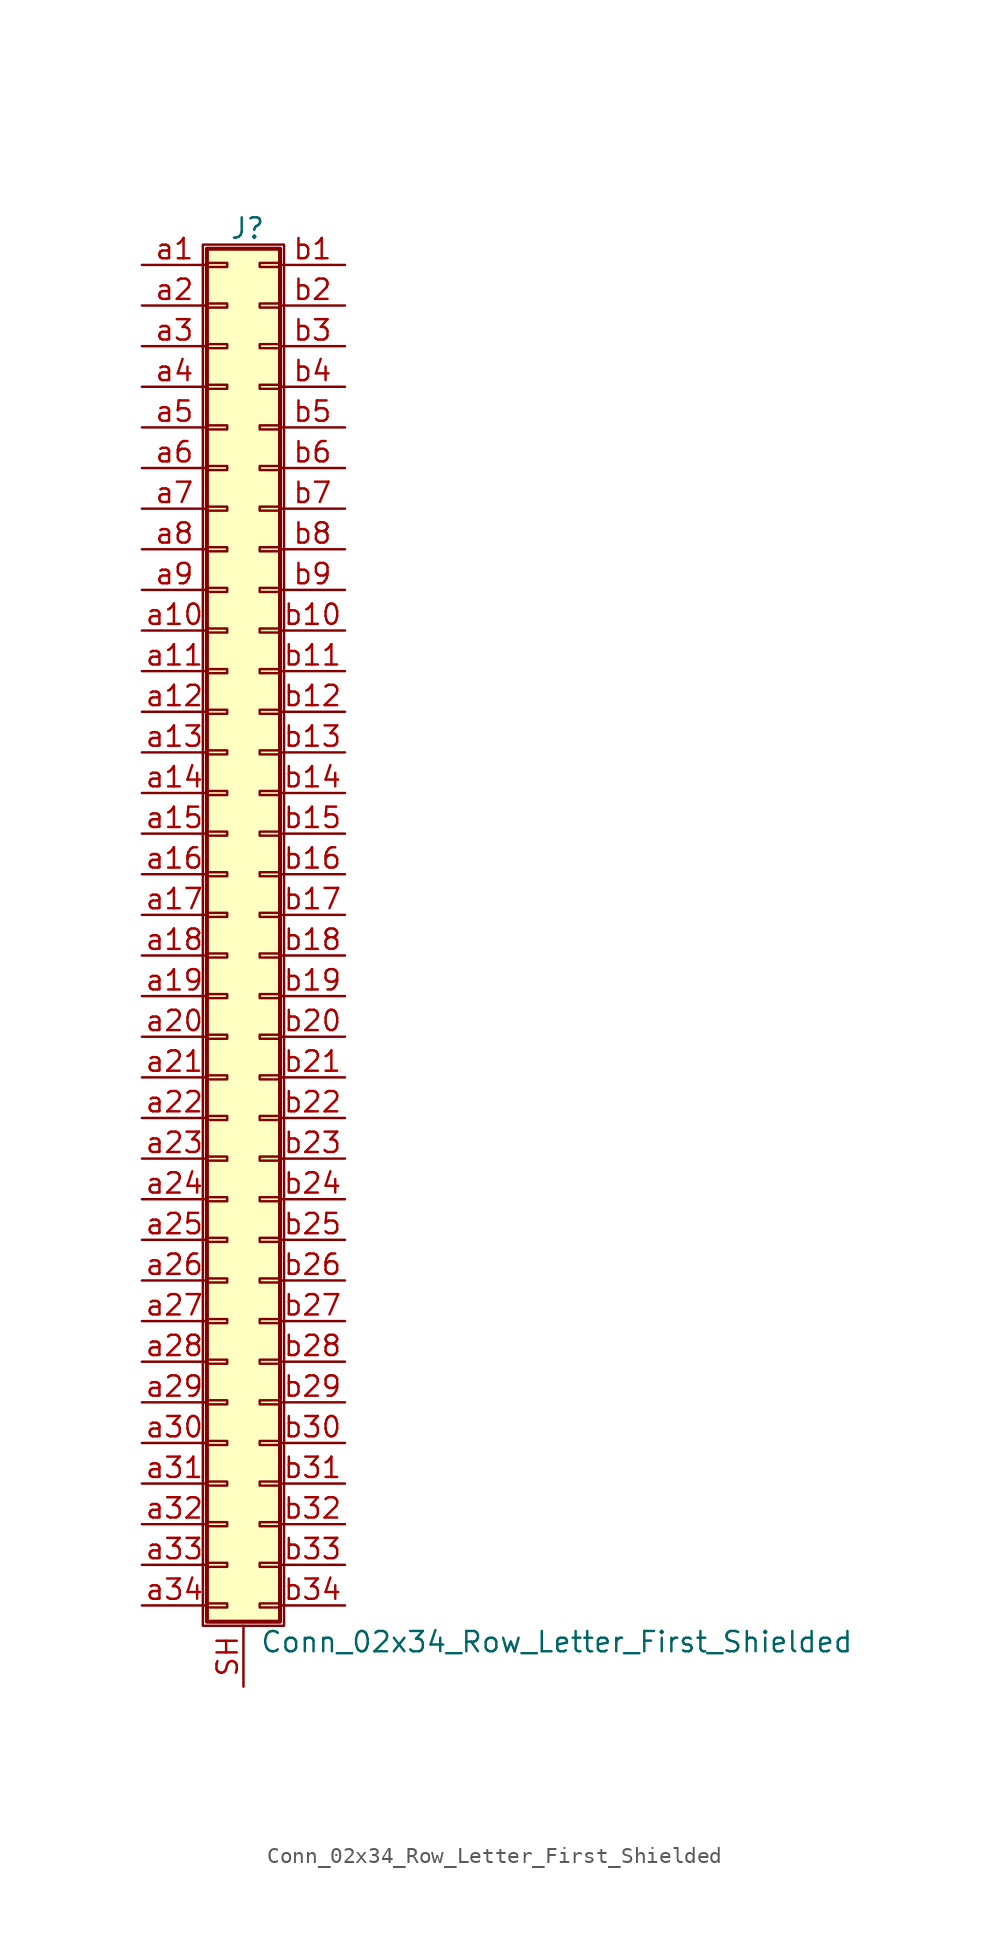
<source format=kicad_sym>
(kicad_symbol_lib
  (version 20201005)
  (generator kicad_symbol_editor)
  (symbol "Connector_Generic_Shielded:Conn_02x34_Row_Letter_First_Shielded"
    (pin_names
      (offset 1.016) hide)
    (property "Reference" "J"
      (at 1.524 42.926 0)
      (effects (font (size 1.27 1.27))))
    (property "Value" "Conn_02x34_Row_Letter_First_Shielded"
      (at 2.286 -45.466 0)
      (effects (font (size 1.27 1.27)) (justify left)))
    (symbol "Conn_02x34_Row_Letter_First_Shielded_1_1"
      (rectangle (start -1.016 -27.813) (end 0.254 -28.067) (stroke (width 0.152)) (fill (type none)))
      (rectangle (start -1.016 -30.353) (end 0.254 -30.607) (stroke (width 0.152)) (fill (type none)))
      (rectangle (start -1.016 -32.893) (end 0.254 -33.147) (stroke (width 0.152)) (fill (type none)))
      (rectangle (start -1.016 -35.433) (end 0.254 -35.687) (stroke (width 0.152)) (fill (type none)))
      (rectangle (start -1.016 -37.973) (end 0.254 -38.227) (stroke (width 0.152)) (fill (type none)))
      (rectangle (start -1.016 -40.513) (end 0.254 -40.767) (stroke (width 0.152)) (fill (type none)))
      (rectangle (start -1.016 -43.053) (end 0.254 -43.307) (stroke (width 0.152)) (fill (type none)))
      (rectangle (start -1.016 -4.953) (end 0.254 -5.207) (stroke (width 0.152)) (fill (type none)))
      (rectangle (start -1.016 -7.493) (end 0.254 -7.747) (stroke (width 0.152)) (fill (type none)))
      (rectangle (start -1.016 -10.033) (end 0.254 -10.287) (stroke (width 0.152)) (fill (type none)))
      (rectangle (start -1.016 -12.573) (end 0.254 -12.827) (stroke (width 0.152)) (fill (type none)))
      (rectangle (start -1.016 -15.113) (end 0.254 -15.367) (stroke (width 0.152)) (fill (type none)))
      (rectangle (start -1.016 -17.653) (end 0.254 -17.907) (stroke (width 0.152)) (fill (type none)))
      (rectangle (start -1.016 -20.193) (end 0.254 -20.447) (stroke (width 0.152)) (fill (type none)))
      (rectangle (start -1.016 -22.733) (end 0.254 -22.987) (stroke (width 0.152)) (fill (type none)))
      (rectangle (start -1.016 -2.413) (end 0.254 -2.667) (stroke (width 0.152)) (fill (type none)))
      (rectangle (start -1.016 -25.273) (end 0.254 -25.527) (stroke (width 0.152)) (fill (type none)))
      (rectangle (start -1.016 25.527) (end 0.254 25.273) (stroke (width 0.152)) (fill (type none)))
      (rectangle (start -1.016 2.667) (end 0.254 2.413) (stroke (width 0.152)) (fill (type none)))
      (rectangle (start -1.016 28.067) (end 0.254 27.813) (stroke (width 0.152)) (fill (type none)))
      (rectangle (start -1.016 30.607) (end 0.254 30.353) (stroke (width 0.152)) (fill (type none)))
      (rectangle (start -1.016 33.147) (end 0.254 32.893) (stroke (width 0.152)) (fill (type none)))
      (rectangle (start -1.016 35.687) (end 0.254 35.433) (stroke (width 0.152)) (fill (type none)))
      (rectangle (start -1.016 38.227) (end 0.254 37.973) (stroke (width 0.152)) (fill (type none)))
      (rectangle (start -1.016 40.767) (end 0.254 40.513) (stroke (width 0.152)) (fill (type none)))
      (rectangle (start -1.016 41.656) (end 3.556 -44.196) (stroke (width 0.254)) (fill (type background)))
      (rectangle (start -1.016 5.207) (end 0.254 4.953) (stroke (width 0.152)) (fill (type none)))
      (rectangle (start -1.016 7.747) (end 0.254 7.493) (stroke (width 0.152)) (fill (type none)))
      (rectangle (start -1.016 10.287) (end 0.254 10.033) (stroke (width 0.152)) (fill (type none)))
      (rectangle (start -1.016 0.127) (end 0.254 -0.127) (stroke (width 0.152)) (fill (type none)))
      (rectangle (start -1.016 12.827) (end 0.254 12.573) (stroke (width 0.152)) (fill (type none)))
      (rectangle (start -1.016 15.367) (end 0.254 15.113) (stroke (width 0.152)) (fill (type none)))
      (rectangle (start -1.016 17.907) (end 0.254 17.653) (stroke (width 0.152)) (fill (type none)))
      (rectangle (start -1.016 20.447) (end 0.254 20.193) (stroke (width 0.152)) (fill (type none)))
      (rectangle (start -1.016 22.987) (end 0.254 22.733) (stroke (width 0.152)) (fill (type none)))
      (rectangle (start -1.27 41.91) (end 3.81 -44.45) (stroke (width 0.152)) (fill (type none)))
      (rectangle (start 3.556 -27.813) (end 2.286 -28.067) (stroke (width 0.152)) (fill (type none)))
      (rectangle (start 3.556 -30.353) (end 2.286 -30.607) (stroke (width 0.152)) (fill (type none)))
      (rectangle (start 3.556 -32.893) (end 2.286 -33.147) (stroke (width 0.152)) (fill (type none)))
      (rectangle (start 3.556 -35.433) (end 2.286 -35.687) (stroke (width 0.152)) (fill (type none)))
      (rectangle (start 3.556 -37.973) (end 2.286 -38.227) (stroke (width 0.152)) (fill (type none)))
      (rectangle (start 3.556 -40.513) (end 2.286 -40.767) (stroke (width 0.152)) (fill (type none)))
      (rectangle (start 3.556 -43.053) (end 2.286 -43.307) (stroke (width 0.152)) (fill (type none)))
      (rectangle (start 3.556 -4.953) (end 2.286 -5.207) (stroke (width 0.152)) (fill (type none)))
      (rectangle (start 3.556 -7.493) (end 2.286 -7.747) (stroke (width 0.152)) (fill (type none)))
      (rectangle (start 3.556 -10.033) (end 2.286 -10.287) (stroke (width 0.152)) (fill (type none)))
      (rectangle (start 3.556 -12.573) (end 2.286 -12.827) (stroke (width 0.152)) (fill (type none)))
      (rectangle (start 3.556 -15.113) (end 2.286 -15.367) (stroke (width 0.152)) (fill (type none)))
      (rectangle (start 3.556 -17.653) (end 2.286 -17.907) (stroke (width 0.152)) (fill (type none)))
      (rectangle (start 3.556 -20.193) (end 2.286 -20.447) (stroke (width 0.152)) (fill (type none)))
      (rectangle (start 3.556 -22.733) (end 2.286 -22.987) (stroke (width 0.152)) (fill (type none)))
      (rectangle (start 3.556 -2.413) (end 2.286 -2.667) (stroke (width 0.152)) (fill (type none)))
      (rectangle (start 3.556 -25.273) (end 2.286 -25.527) (stroke (width 0.152)) (fill (type none)))
      (rectangle (start 3.556 25.527) (end 2.286 25.273) (stroke (width 0.152)) (fill (type none)))
      (rectangle (start 3.556 2.667) (end 2.286 2.413) (stroke (width 0.152)) (fill (type none)))
      (rectangle (start 3.556 28.067) (end 2.286 27.813) (stroke (width 0.152)) (fill (type none)))
      (rectangle (start 3.556 30.607) (end 2.286 30.353) (stroke (width 0.152)) (fill (type none)))
      (rectangle (start 3.556 33.147) (end 2.286 32.893) (stroke (width 0.152)) (fill (type none)))
      (rectangle (start 3.556 35.687) (end 2.286 35.433) (stroke (width 0.152)) (fill (type none)))
      (rectangle (start 3.556 38.227) (end 2.286 37.973) (stroke (width 0.152)) (fill (type none)))
      (rectangle (start 3.556 40.767) (end 2.286 40.513) (stroke (width 0.152)) (fill (type none)))
      (rectangle (start 3.556 5.207) (end 2.286 4.953) (stroke (width 0.152)) (fill (type none)))
      (rectangle (start 3.556 7.747) (end 2.286 7.493) (stroke (width 0.152)) (fill (type none)))
      (rectangle (start 3.556 10.287) (end 2.286 10.033) (stroke (width 0.152)) (fill (type none)))
      (rectangle (start 3.556 0.127) (end 2.286 -0.127) (stroke (width 0.152)) (fill (type none)))
      (rectangle (start 3.556 12.827) (end 2.286 12.573) (stroke (width 0.152)) (fill (type none)))
      (rectangle (start 3.556 15.367) (end 2.286 15.113) (stroke (width 0.152)) (fill (type none)))
      (rectangle (start 3.556 17.907) (end 2.286 17.653) (stroke (width 0.152)) (fill (type none)))
      (rectangle (start 3.556 20.447) (end 2.286 20.193) (stroke (width 0.152)) (fill (type none)))
      (rectangle (start 3.556 22.987) (end 2.286 22.733) (stroke (width 0.152)) (fill (type none)))
      (pin passive line (at -5.08 40.64 0) (length 4.064) (name "Pin_a1" (effects (font (size 1.27 1.27)))) (number "a1" (effects (font (size 1.27 1.27)))))
      (pin passive line (at -5.08 17.78 0) (length 4.064) (name "Pin_a10" (effects (font (size 1.27 1.27)))) (number "a10" (effects (font (size 1.27 1.27)))))
      (pin passive line (at -5.08 15.24 0) (length 4.064) (name "Pin_a11" (effects (font (size 1.27 1.27)))) (number "a11" (effects (font (size 1.27 1.27)))))
      (pin passive line (at -5.08 12.7 0) (length 4.064) (name "Pin_a12" (effects (font (size 1.27 1.27)))) (number "a12" (effects (font (size 1.27 1.27)))))
      (pin passive line (at -5.08 10.16 0) (length 4.064) (name "Pin_a13" (effects (font (size 1.27 1.27)))) (number "a13" (effects (font (size 1.27 1.27)))))
      (pin passive line (at -5.08 7.62 0) (length 4.064) (name "Pin_a14" (effects (font (size 1.27 1.27)))) (number "a14" (effects (font (size 1.27 1.27)))))
      (pin passive line (at -5.08 5.08 0) (length 4.064) (name "Pin_a15" (effects (font (size 1.27 1.27)))) (number "a15" (effects (font (size 1.27 1.27)))))
      (pin passive line (at -5.08 2.54 0) (length 4.064) (name "Pin_a16" (effects (font (size 1.27 1.27)))) (number "a16" (effects (font (size 1.27 1.27)))))
      (pin passive line (at -5.08 0 0) (length 4.064) (name "Pin_a17" (effects (font (size 1.27 1.27)))) (number "a17" (effects (font (size 1.27 1.27)))))
      (pin passive line (at -5.08 -2.54 0) (length 4.064) (name "Pin_a18" (effects (font (size 1.27 1.27)))) (number "a18" (effects (font (size 1.27 1.27)))))
      (pin passive line (at -5.08 -5.08 0) (length 4.064) (name "Pin_a19" (effects (font (size 1.27 1.27)))) (number "a19" (effects (font (size 1.27 1.27)))))
      (pin passive line (at -5.08 38.1 0) (length 4.064) (name "Pin_a2" (effects (font (size 1.27 1.27)))) (number "a2" (effects (font (size 1.27 1.27)))))
      (pin passive line (at -5.08 -7.62 0) (length 4.064) (name "Pin_a20" (effects (font (size 1.27 1.27)))) (number "a20" (effects (font (size 1.27 1.27)))))
      (pin passive line (at -5.08 -10.16 0) (length 4.064) (name "Pin_a21" (effects (font (size 1.27 1.27)))) (number "a21" (effects (font (size 1.27 1.27)))))
      (pin passive line (at -5.08 -12.7 0) (length 4.064) (name "Pin_a22" (effects (font (size 1.27 1.27)))) (number "a22" (effects (font (size 1.27 1.27)))))
      (pin passive line (at -5.08 -15.24 0) (length 4.064) (name "Pin_a23" (effects (font (size 1.27 1.27)))) (number "a23" (effects (font (size 1.27 1.27)))))
      (pin passive line (at -5.08 -17.78 0) (length 4.064) (name "Pin_a24" (effects (font (size 1.27 1.27)))) (number "a24" (effects (font (size 1.27 1.27)))))
      (pin passive line (at -5.08 -20.32 0) (length 4.064) (name "Pin_a25" (effects (font (size 1.27 1.27)))) (number "a25" (effects (font (size 1.27 1.27)))))
      (pin passive line (at -5.08 -22.86 0) (length 4.064) (name "Pin_a26" (effects (font (size 1.27 1.27)))) (number "a26" (effects (font (size 1.27 1.27)))))
      (pin passive line (at -5.08 -25.4 0) (length 4.064) (name "Pin_a27" (effects (font (size 1.27 1.27)))) (number "a27" (effects (font (size 1.27 1.27)))))
      (pin passive line (at -5.08 -27.94 0) (length 4.064) (name "Pin_a28" (effects (font (size 1.27 1.27)))) (number "a28" (effects (font (size 1.27 1.27)))))
      (pin passive line (at -5.08 -30.48 0) (length 4.064) (name "Pin_a29" (effects (font (size 1.27 1.27)))) (number "a29" (effects (font (size 1.27 1.27)))))
      (pin passive line (at -5.08 35.56 0) (length 4.064) (name "Pin_a3" (effects (font (size 1.27 1.27)))) (number "a3" (effects (font (size 1.27 1.27)))))
      (pin passive line (at -5.08 -33.02 0) (length 4.064) (name "Pin_a30" (effects (font (size 1.27 1.27)))) (number "a30" (effects (font (size 1.27 1.27)))))
      (pin passive line (at -5.08 -35.56 0) (length 4.064) (name "Pin_a31" (effects (font (size 1.27 1.27)))) (number "a31" (effects (font (size 1.27 1.27)))))
      (pin passive line (at -5.08 -38.1 0) (length 4.064) (name "Pin_a32" (effects (font (size 1.27 1.27)))) (number "a32" (effects (font (size 1.27 1.27)))))
      (pin passive line (at -5.08 -40.64 0) (length 4.064) (name "Pin_a33" (effects (font (size 1.27 1.27)))) (number "a33" (effects (font (size 1.27 1.27)))))
      (pin passive line (at -5.08 -43.18 0) (length 4.064) (name "Pin_a34" (effects (font (size 1.27 1.27)))) (number "a34" (effects (font (size 1.27 1.27)))))
      (pin passive line (at -5.08 33.02 0) (length 4.064) (name "Pin_a4" (effects (font (size 1.27 1.27)))) (number "a4" (effects (font (size 1.27 1.27)))))
      (pin passive line (at -5.08 30.48 0) (length 4.064) (name "Pin_a5" (effects (font (size 1.27 1.27)))) (number "a5" (effects (font (size 1.27 1.27)))))
      (pin passive line (at -5.08 27.94 0) (length 4.064) (name "Pin_a6" (effects (font (size 1.27 1.27)))) (number "a6" (effects (font (size 1.27 1.27)))))
      (pin passive line (at -5.08 25.4 0) (length 4.064) (name "Pin_a7" (effects (font (size 1.27 1.27)))) (number "a7" (effects (font (size 1.27 1.27)))))
      (pin passive line (at -5.08 22.86 0) (length 4.064) (name "Pin_a8" (effects (font (size 1.27 1.27)))) (number "a8" (effects (font (size 1.27 1.27)))))
      (pin passive line (at -5.08 20.32 0) (length 4.064) (name "Pin_a9" (effects (font (size 1.27 1.27)))) (number "a9" (effects (font (size 1.27 1.27)))))
      (pin passive line (at 7.62 40.64 180) (length 4.064) (name "Pin_b1" (effects (font (size 1.27 1.27)))) (number "b1" (effects (font (size 1.27 1.27)))))
      (pin passive line (at 7.62 17.78 180) (length 4.064) (name "Pin_b10" (effects (font (size 1.27 1.27)))) (number "b10" (effects (font (size 1.27 1.27)))))
      (pin passive line (at 7.62 15.24 180) (length 4.064) (name "Pin_b11" (effects (font (size 1.27 1.27)))) (number "b11" (effects (font (size 1.27 1.27)))))
      (pin passive line (at 7.62 12.7 180) (length 4.064) (name "Pin_b12" (effects (font (size 1.27 1.27)))) (number "b12" (effects (font (size 1.27 1.27)))))
      (pin passive line (at 7.62 10.16 180) (length 4.064) (name "Pin_b13" (effects (font (size 1.27 1.27)))) (number "b13" (effects (font (size 1.27 1.27)))))
      (pin passive line (at 7.62 7.62 180) (length 4.064) (name "Pin_b14" (effects (font (size 1.27 1.27)))) (number "b14" (effects (font (size 1.27 1.27)))))
      (pin passive line (at 7.62 5.08 180) (length 4.064) (name "Pin_b15" (effects (font (size 1.27 1.27)))) (number "b15" (effects (font (size 1.27 1.27)))))
      (pin passive line (at 7.62 2.54 180) (length 4.064) (name "Pin_b16" (effects (font (size 1.27 1.27)))) (number "b16" (effects (font (size 1.27 1.27)))))
      (pin passive line (at 7.62 0 180) (length 4.064) (name "Pin_b17" (effects (font (size 1.27 1.27)))) (number "b17" (effects (font (size 1.27 1.27)))))
      (pin passive line (at 7.62 -2.54 180) (length 4.064) (name "Pin_b18" (effects (font (size 1.27 1.27)))) (number "b18" (effects (font (size 1.27 1.27)))))
      (pin passive line (at 7.62 -5.08 180) (length 4.064) (name "Pin_b19" (effects (font (size 1.27 1.27)))) (number "b19" (effects (font (size 1.27 1.27)))))
      (pin passive line (at 7.62 38.1 180) (length 4.064) (name "Pin_b2" (effects (font (size 1.27 1.27)))) (number "b2" (effects (font (size 1.27 1.27)))))
      (pin passive line (at 7.62 -7.62 180) (length 4.064) (name "Pin_b20" (effects (font (size 1.27 1.27)))) (number "b20" (effects (font (size 1.27 1.27)))))
      (pin passive line (at 7.62 -10.16 180) (length 4.064) (name "Pin_b21" (effects (font (size 1.27 1.27)))) (number "b21" (effects (font (size 1.27 1.27)))))
      (pin passive line (at 7.62 -12.7 180) (length 4.064) (name "Pin_b22" (effects (font (size 1.27 1.27)))) (number "b22" (effects (font (size 1.27 1.27)))))
      (pin passive line (at 7.62 -15.24 180) (length 4.064) (name "Pin_b23" (effects (font (size 1.27 1.27)))) (number "b23" (effects (font (size 1.27 1.27)))))
      (pin passive line (at 7.62 -17.78 180) (length 4.064) (name "Pin_b24" (effects (font (size 1.27 1.27)))) (number "b24" (effects (font (size 1.27 1.27)))))
      (pin passive line (at 7.62 -20.32 180) (length 4.064) (name "Pin_b25" (effects (font (size 1.27 1.27)))) (number "b25" (effects (font (size 1.27 1.27)))))
      (pin passive line (at 7.62 -22.86 180) (length 4.064) (name "Pin_b26" (effects (font (size 1.27 1.27)))) (number "b26" (effects (font (size 1.27 1.27)))))
      (pin passive line (at 7.62 -25.4 180) (length 4.064) (name "Pin_b27" (effects (font (size 1.27 1.27)))) (number "b27" (effects (font (size 1.27 1.27)))))
      (pin passive line (at 7.62 -27.94 180) (length 4.064) (name "Pin_b28" (effects (font (size 1.27 1.27)))) (number "b28" (effects (font (size 1.27 1.27)))))
      (pin passive line (at 7.62 -30.48 180) (length 4.064) (name "Pin_b29" (effects (font (size 1.27 1.27)))) (number "b29" (effects (font (size 1.27 1.27)))))
      (pin passive line (at 7.62 35.56 180) (length 4.064) (name "Pin_b3" (effects (font (size 1.27 1.27)))) (number "b3" (effects (font (size 1.27 1.27)))))
      (pin passive line (at 7.62 -33.02 180) (length 4.064) (name "Pin_b30" (effects (font (size 1.27 1.27)))) (number "b30" (effects (font (size 1.27 1.27)))))
      (pin passive line (at 7.62 -35.56 180) (length 4.064) (name "Pin_b31" (effects (font (size 1.27 1.27)))) (number "b31" (effects (font (size 1.27 1.27)))))
      (pin passive line (at 7.62 -38.1 180) (length 4.064) (name "Pin_b32" (effects (font (size 1.27 1.27)))) (number "b32" (effects (font (size 1.27 1.27)))))
      (pin passive line (at 7.62 -40.64 180) (length 4.064) (name "Pin_b33" (effects (font (size 1.27 1.27)))) (number "b33" (effects (font (size 1.27 1.27)))))
      (pin passive line (at 7.62 -43.18 180) (length 4.064) (name "Pin_b34" (effects (font (size 1.27 1.27)))) (number "b34" (effects (font (size 1.27 1.27)))))
      (pin passive line (at 7.62 33.02 180) (length 4.064) (name "Pin_b4" (effects (font (size 1.27 1.27)))) (number "b4" (effects (font (size 1.27 1.27)))))
      (pin passive line (at 7.62 30.48 180) (length 4.064) (name "Pin_b5" (effects (font (size 1.27 1.27)))) (number "b5" (effects (font (size 1.27 1.27)))))
      (pin passive line (at 7.62 27.94 180) (length 4.064) (name "Pin_b6" (effects (font (size 1.27 1.27)))) (number "b6" (effects (font (size 1.27 1.27)))))
      (pin passive line (at 7.62 25.4 180) (length 4.064) (name "Pin_b7" (effects (font (size 1.27 1.27)))) (number "b7" (effects (font (size 1.27 1.27)))))
      (pin passive line (at 7.62 22.86 180) (length 4.064) (name "Pin_b8" (effects (font (size 1.27 1.27)))) (number "b8" (effects (font (size 1.27 1.27)))))
      (pin passive line (at 7.62 20.32 180) (length 4.064) (name "Pin_b9" (effects (font (size 1.27 1.27)))) (number "b9" (effects (font (size 1.27 1.27)))))
      (pin passive line (at 1.27 -48.26 90) (length 3.81) (name "Shield" (effects (font (size 1.27 1.27)))) (number "SH" (effects (font (size 1.27 1.27))))))))
</source>
